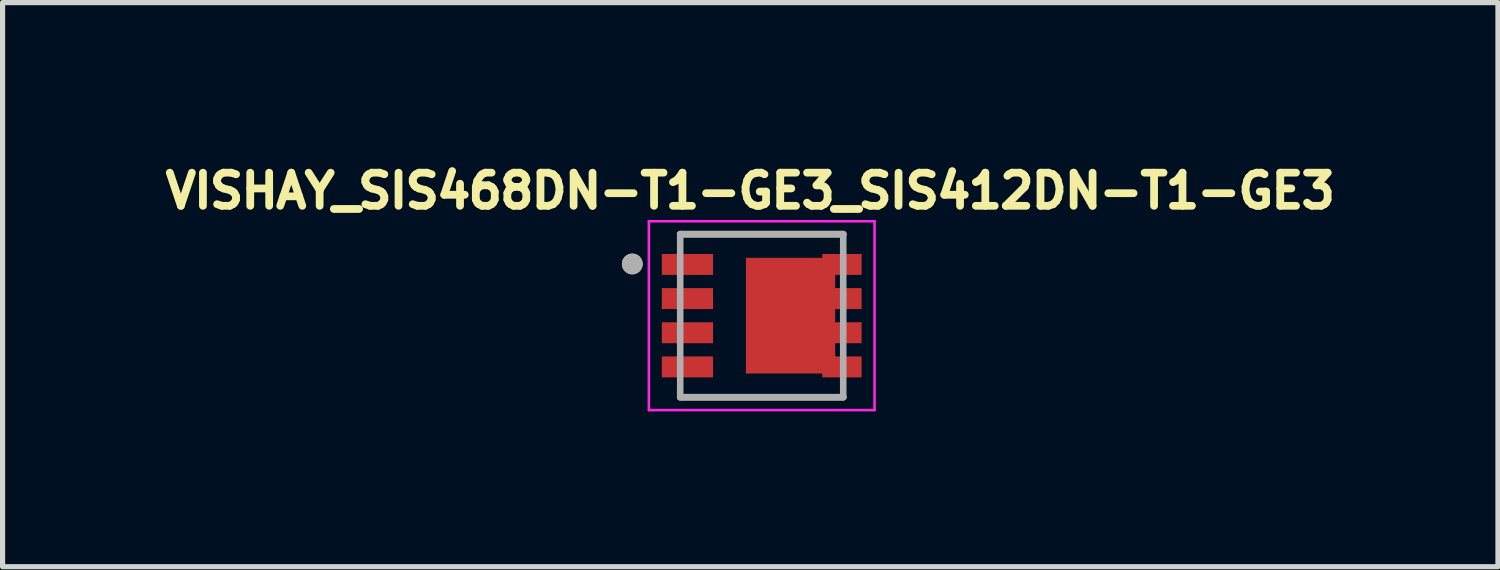
<source format=kicad_pcb>
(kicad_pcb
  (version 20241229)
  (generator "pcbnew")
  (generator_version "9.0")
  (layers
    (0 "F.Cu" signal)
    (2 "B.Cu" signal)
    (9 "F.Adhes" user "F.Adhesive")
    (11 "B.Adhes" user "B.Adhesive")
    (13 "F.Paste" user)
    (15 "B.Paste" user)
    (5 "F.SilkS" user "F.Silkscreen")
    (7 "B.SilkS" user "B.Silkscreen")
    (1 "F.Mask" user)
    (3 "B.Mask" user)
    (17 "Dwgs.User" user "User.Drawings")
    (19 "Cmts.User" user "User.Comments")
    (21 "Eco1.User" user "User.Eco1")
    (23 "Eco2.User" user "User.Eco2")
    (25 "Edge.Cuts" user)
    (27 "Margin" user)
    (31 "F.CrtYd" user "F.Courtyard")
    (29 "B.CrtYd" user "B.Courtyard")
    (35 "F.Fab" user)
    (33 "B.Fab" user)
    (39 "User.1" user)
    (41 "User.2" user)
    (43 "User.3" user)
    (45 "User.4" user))
  (footprint "VISHAY_SIS468DN-T1-GE3_SIS412DN-T1-GE3"
    (layer "F.Cu")
    (at 11.667 3.049)
    (property "Reference" "VISHAY_SIS468DN-T1-GE3_SIS412DN-T1-GE3" (at -0.221 -2.411 0) (layer "F.SilkS") (effects (font (size 0.64 0.64) (thickness 0.15))))
    (attr smd)
    (fp_line (start -1.575 -1.575) (end 1.575 -1.575) (stroke (width 0.127) (type solid)) (layer "F.SilkS"))
    (fp_line (start -1.575 1.575) (end 1.575 1.575) (stroke (width 0.127) (type solid)) (layer "F.SilkS"))
    (fp_circle (center -2.5 -1) (end -2.4 -1) (stroke (width 0.2) (type solid)) (fill no) (layer "F.SilkS"))
    (fp_line (start -2.18 -1.825) (end 2.18 -1.825) (stroke (width 0.05) (type solid)) (layer "F.CrtYd"))
    (fp_line (start -2.18 1.825) (end -2.18 -1.825) (stroke (width 0.05) (type solid)) (layer "F.CrtYd"))
    (fp_line (start 2.18 -1.825) (end 2.18 1.825) (stroke (width 0.05) (type solid)) (layer "F.CrtYd"))
    (fp_line (start 2.18 1.825) (end -2.18 1.825) (stroke (width 0.05) (type solid)) (layer "F.CrtYd"))
    (fp_line (start -1.575 -1.575) (end 1.575 -1.575) (stroke (width 0.127) (type solid)) (layer "F.Fab"))
    (fp_line (start -1.575 1.575) (end -1.575 -1.575) (stroke (width 0.127) (type solid)) (layer "F.Fab"))
    (fp_line (start 1.575 -1.575) (end 1.575 1.575) (stroke (width 0.127) (type solid)) (layer "F.Fab"))
    (fp_line (start 1.575 1.575) (end -1.575 1.575) (stroke (width 0.127) (type solid)) (layer "F.Fab"))
    (fp_circle (center -2.502 -0.997) (end -2.402 -0.997) (stroke (width 0.2) (type solid)) (fill no) (layer "F.Fab"))
    (pad "1" smd rect (at -1.435 -0.99) (size 0.99 0.405) (layers "F.Cu" "F.Mask" "F.Paste"))
    (pad "2" smd rect (at -1.435 -0.33) (size 0.99 0.405) (layers "F.Cu" "F.Mask" "F.Paste"))
    (pad "3" smd rect (at -1.435 0.33) (size 0.99 0.405) (layers "F.Cu" "F.Mask" "F.Paste"))
    (pad "4" smd rect (at -1.435 0.99) (size 0.99 0.405) (layers "F.Cu" "F.Mask" "F.Paste"))
    (pad "5" smd rect (at 1.55 0.99) (size 0.76 0.405) (layers "F.Cu" "F.Mask" "F.Paste"))
    (pad "6" smd rect (at 1.55 0.33) (size 0.76 0.405) (layers "F.Cu" "F.Mask" "F.Paste"))
    (pad "7" smd rect (at 1.55 -0.33) (size 0.76 0.405) (layers "F.Cu" "F.Mask" "F.Paste"))
    (pad "8" smd rect (at 1.55 -0.99) (size 0.76 0.405) (layers "F.Cu" "F.Mask" "F.Paste"))
    (pad "9" smd rect (at 0.557 0) (size 1.725 2.235) (layers "F.Cu" "F.Mask" "F.Paste")))
  (gr_rect
    (start -3 -3)
    (end 25.892 7.899)
    (stroke (width 0.1) (type default))
    (fill no)
    (layer "Edge.Cuts")))
</source>
